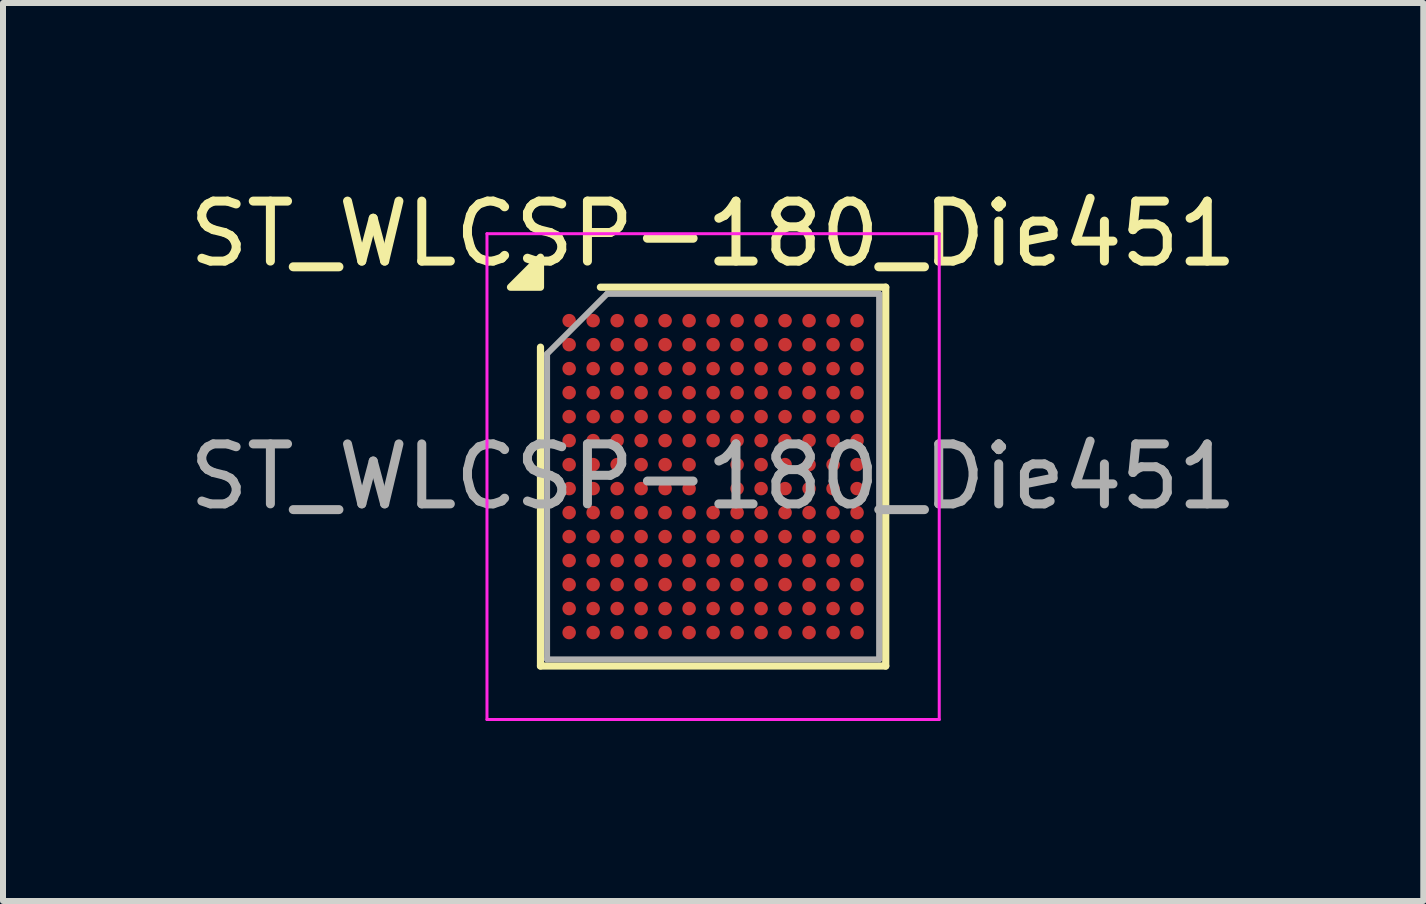
<source format=kicad_pcb>
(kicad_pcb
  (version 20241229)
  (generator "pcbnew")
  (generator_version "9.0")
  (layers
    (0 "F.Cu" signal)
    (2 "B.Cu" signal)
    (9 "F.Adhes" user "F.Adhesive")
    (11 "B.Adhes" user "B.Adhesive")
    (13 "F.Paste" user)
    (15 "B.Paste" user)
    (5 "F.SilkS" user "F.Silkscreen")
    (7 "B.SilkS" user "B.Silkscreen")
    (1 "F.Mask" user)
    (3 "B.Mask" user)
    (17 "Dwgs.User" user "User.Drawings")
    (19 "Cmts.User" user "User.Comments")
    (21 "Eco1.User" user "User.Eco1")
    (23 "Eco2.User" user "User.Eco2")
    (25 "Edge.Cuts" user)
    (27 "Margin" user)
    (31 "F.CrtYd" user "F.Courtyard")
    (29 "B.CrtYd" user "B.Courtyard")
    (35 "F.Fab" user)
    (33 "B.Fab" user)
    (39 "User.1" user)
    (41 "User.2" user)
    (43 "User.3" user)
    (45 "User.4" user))
  (footprint "ST_WLCSP-180_Die451"
    (layer "F.Cu")
    (at 8.839 4.896)
    (property "Reference" "ST_WLCSP-180_Die451" (at 0 -4.048 0) (layer "F.SilkS") (effects (font (size 1 1) (thickness 0.15))))
    (attr smd)
    (fp_line (start -2.878 3.158) (end -2.878 -2.158) (stroke (width 0.12) (type solid)) (layer "F.SilkS"))
    (fp_line (start -1.879 -3.158) (end 2.878 -3.158) (stroke (width 0.12) (type solid)) (layer "F.SilkS"))
    (fp_line (start 2.878 -3.158) (end 2.878 3.158) (stroke (width 0.12) (type solid)) (layer "F.SilkS"))
    (fp_line (start 2.878 3.158) (end -2.878 3.158) (stroke (width 0.12) (type solid)) (layer "F.SilkS"))
    (fp_poly (pts (xy -2.878 -3.158) (xy -3.378 -3.158) (xy -2.878 -3.658) (xy -2.878 -3.158)) (stroke (width 0.12) (type solid)) (fill yes) (layer "F.SilkS"))
    (fp_line (start -3.77 -4.05) (end -3.77 4.05) (stroke (width 0.05) (type solid)) (layer "F.CrtYd"))
    (fp_line (start -3.77 4.05) (end 3.77 4.05) (stroke (width 0.05) (type solid)) (layer "F.CrtYd"))
    (fp_line (start 3.77 -4.05) (end -3.77 -4.05) (stroke (width 0.05) (type solid)) (layer "F.CrtYd"))
    (fp_line (start 3.77 4.05) (end 3.77 -4.05) (stroke (width 0.05) (type solid)) (layer "F.CrtYd"))
    (fp_line (start -2.768 -2.047) (end -1.768 -3.047) (stroke (width 0.1) (type solid)) (layer "F.Fab"))
    (fp_line (start -2.768 3.047) (end -2.768 -2.047) (stroke (width 0.1) (type solid)) (layer "F.Fab"))
    (fp_line (start -1.768 -3.047) (end 2.768 -3.047) (stroke (width 0.1) (type solid)) (layer "F.Fab"))
    (fp_line (start 2.768 -3.047) (end 2.768 3.047) (stroke (width 0.1) (type solid)) (layer "F.Fab"))
    (fp_line (start 2.768 3.047) (end -2.768 3.047) (stroke (width 0.1) (type solid)) (layer "F.Fab"))
    (fp_text user "${REFERENCE}" (at 0 0 0) (layer "F.Fab") (effects (font (size 1 1) (thickness 0.15))))
    (pad "A1" smd circle (at -2.4 -2.6) (size 0.225 0.225) (property pad_prop_bga) (layers "F.Cu" "F.Mask" "F.Paste"))
    (pad "A2" smd circle (at -2 -2.6) (size 0.225 0.225) (property pad_prop_bga) (layers "F.Cu" "F.Mask" "F.Paste"))
    (pad "A3" smd circle (at -1.6 -2.6) (size 0.225 0.225) (property pad_prop_bga) (layers "F.Cu" "F.Mask" "F.Paste"))
    (pad "A4" smd circle (at -1.2 -2.6) (size 0.225 0.225) (property pad_prop_bga) (layers "F.Cu" "F.Mask" "F.Paste"))
    (pad "A5" smd circle (at -0.8 -2.6) (size 0.225 0.225) (property pad_prop_bga) (layers "F.Cu" "F.Mask" "F.Paste"))
    (pad "A6" smd circle (at -0.4 -2.6) (size 0.225 0.225) (property pad_prop_bga) (layers "F.Cu" "F.Mask" "F.Paste"))
    (pad "A7" smd circle (at 0 -2.6) (size 0.225 0.225) (property pad_prop_bga) (layers "F.Cu" "F.Mask" "F.Paste"))
    (pad "A8" smd circle (at 0.4 -2.6) (size 0.225 0.225) (property pad_prop_bga) (layers "F.Cu" "F.Mask" "F.Paste"))
    (pad "A9" smd circle (at 0.8 -2.6) (size 0.225 0.225) (property pad_prop_bga) (layers "F.Cu" "F.Mask" "F.Paste"))
    (pad "A10" smd circle (at 1.2 -2.6) (size 0.225 0.225) (property pad_prop_bga) (layers "F.Cu" "F.Mask" "F.Paste"))
    (pad "A11" smd circle (at 1.6 -2.6) (size 0.225 0.225) (property pad_prop_bga) (layers "F.Cu" "F.Mask" "F.Paste"))
    (pad "A12" smd circle (at 2 -2.6) (size 0.225 0.225) (property pad_prop_bga) (layers "F.Cu" "F.Mask" "F.Paste"))
    (pad "A13" smd circle (at 2.4 -2.6) (size 0.225 0.225) (property pad_prop_bga) (layers "F.Cu" "F.Mask" "F.Paste"))
    (pad "B1" smd circle (at -2.4 -2.2) (size 0.225 0.225) (property pad_prop_bga) (layers "F.Cu" "F.Mask" "F.Paste"))
    (pad "B2" smd circle (at -2 -2.2) (size 0.225 0.225) (property pad_prop_bga) (layers "F.Cu" "F.Mask" "F.Paste"))
    (pad "B3" smd circle (at -1.6 -2.2) (size 0.225 0.225) (property pad_prop_bga) (layers "F.Cu" "F.Mask" "F.Paste"))
    (pad "B4" smd circle (at -1.2 -2.2) (size 0.225 0.225) (property pad_prop_bga) (layers "F.Cu" "F.Mask" "F.Paste"))
    (pad "B5" smd circle (at -0.8 -2.2) (size 0.225 0.225) (property pad_prop_bga) (layers "F.Cu" "F.Mask" "F.Paste"))
    (pad "B6" smd circle (at -0.4 -2.2) (size 0.225 0.225) (property pad_prop_bga) (layers "F.Cu" "F.Mask" "F.Paste"))
    (pad "B7" smd circle (at 0 -2.2) (size 0.225 0.225) (property pad_prop_bga) (layers "F.Cu" "F.Mask" "F.Paste"))
    (pad "B8" smd circle (at 0.4 -2.2) (size 0.225 0.225) (property pad_prop_bga) (layers "F.Cu" "F.Mask" "F.Paste"))
    (pad "B9" smd circle (at 0.8 -2.2) (size 0.225 0.225) (property pad_prop_bga) (layers "F.Cu" "F.Mask" "F.Paste"))
    (pad "B10" smd circle (at 1.2 -2.2) (size 0.225 0.225) (property pad_prop_bga) (layers "F.Cu" "F.Mask" "F.Paste"))
    (pad "B11" smd circle (at 1.6 -2.2) (size 0.225 0.225) (property pad_prop_bga) (layers "F.Cu" "F.Mask" "F.Paste"))
    (pad "B12" smd circle (at 2 -2.2) (size 0.225 0.225) (property pad_prop_bga) (layers "F.Cu" "F.Mask" "F.Paste"))
    (pad "B13" smd circle (at 2.4 -2.2) (size 0.225 0.225) (property pad_prop_bga) (layers "F.Cu" "F.Mask" "F.Paste"))
    (pad "C1" smd circle (at -2.4 -1.8) (size 0.225 0.225) (property pad_prop_bga) (layers "F.Cu" "F.Mask" "F.Paste"))
    (pad "C2" smd circle (at -2 -1.8) (size 0.225 0.225) (property pad_prop_bga) (layers "F.Cu" "F.Mask" "F.Paste"))
    (pad "C3" smd circle (at -1.6 -1.8) (size 0.225 0.225) (property pad_prop_bga) (layers "F.Cu" "F.Mask" "F.Paste"))
    (pad "C4" smd circle (at -1.2 -1.8) (size 0.225 0.225) (property pad_prop_bga) (layers "F.Cu" "F.Mask" "F.Paste"))
    (pad "C5" smd circle (at -0.8 -1.8) (size 0.225 0.225) (property pad_prop_bga) (layers "F.Cu" "F.Mask" "F.Paste"))
    (pad "C6" smd circle (at -0.4 -1.8) (size 0.225 0.225) (property pad_prop_bga) (layers "F.Cu" "F.Mask" "F.Paste"))
    (pad "C7" smd circle (at 0 -1.8) (size 0.225 0.225) (property pad_prop_bga) (layers "F.Cu" "F.Mask" "F.Paste"))
    (pad "C8" smd circle (at 0.4 -1.8) (size 0.225 0.225) (property pad_prop_bga) (layers "F.Cu" "F.Mask" "F.Paste"))
    (pad "C9" smd circle (at 0.8 -1.8) (size 0.225 0.225) (property pad_prop_bga) (layers "F.Cu" "F.Mask" "F.Paste"))
    (pad "C10" smd circle (at 1.2 -1.8) (size 0.225 0.225) (property pad_prop_bga) (layers "F.Cu" "F.Mask" "F.Paste"))
    (pad "C11" smd circle (at 1.6 -1.8) (size 0.225 0.225) (property pad_prop_bga) (layers "F.Cu" "F.Mask" "F.Paste"))
    (pad "C12" smd circle (at 2 -1.8) (size 0.225 0.225) (property pad_prop_bga) (layers "F.Cu" "F.Mask" "F.Paste"))
    (pad "C13" smd circle (at 2.4 -1.8) (size 0.225 0.225) (property pad_prop_bga) (layers "F.Cu" "F.Mask" "F.Paste"))
    (pad "D1" smd circle (at -2.4 -1.4) (size 0.225 0.225) (property pad_prop_bga) (layers "F.Cu" "F.Mask" "F.Paste"))
    (pad "D2" smd circle (at -2 -1.4) (size 0.225 0.225) (property pad_prop_bga) (layers "F.Cu" "F.Mask" "F.Paste"))
    (pad "D3" smd circle (at -1.6 -1.4) (size 0.225 0.225) (property pad_prop_bga) (layers "F.Cu" "F.Mask" "F.Paste"))
    (pad "D4" smd circle (at -1.2 -1.4) (size 0.225 0.225) (property pad_prop_bga) (layers "F.Cu" "F.Mask" "F.Paste"))
    (pad "D5" smd circle (at -0.8 -1.4) (size 0.225 0.225) (property pad_prop_bga) (layers "F.Cu" "F.Mask" "F.Paste"))
    (pad "D6" smd circle (at -0.4 -1.4) (size 0.225 0.225) (property pad_prop_bga) (layers "F.Cu" "F.Mask" "F.Paste"))
    (pad "D7" smd circle (at 0 -1.4) (size 0.225 0.225) (property pad_prop_bga) (layers "F.Cu" "F.Mask" "F.Paste"))
    (pad "D8" smd circle (at 0.4 -1.4) (size 0.225 0.225) (property pad_prop_bga) (layers "F.Cu" "F.Mask" "F.Paste"))
    (pad "D9" smd circle (at 0.8 -1.4) (size 0.225 0.225) (property pad_prop_bga) (layers "F.Cu" "F.Mask" "F.Paste"))
    (pad "D10" smd circle (at 1.2 -1.4) (size 0.225 0.225) (property pad_prop_bga) (layers "F.Cu" "F.Mask" "F.Paste"))
    (pad "D11" smd circle (at 1.6 -1.4) (size 0.225 0.225) (property pad_prop_bga) (layers "F.Cu" "F.Mask" "F.Paste"))
    (pad "D12" smd circle (at 2 -1.4) (size 0.225 0.225) (property pad_prop_bga) (layers "F.Cu" "F.Mask" "F.Paste"))
    (pad "D13" smd circle (at 2.4 -1.4) (size 0.225 0.225) (property pad_prop_bga) (layers "F.Cu" "F.Mask" "F.Paste"))
    (pad "E1" smd circle (at -2.4 -1) (size 0.225 0.225) (property pad_prop_bga) (layers "F.Cu" "F.Mask" "F.Paste"))
    (pad "E2" smd circle (at -2 -1) (size 0.225 0.225) (property pad_prop_bga) (layers "F.Cu" "F.Mask" "F.Paste"))
    (pad "E3" smd circle (at -1.6 -1) (size 0.225 0.225) (property pad_prop_bga) (layers "F.Cu" "F.Mask" "F.Paste"))
    (pad "E4" smd circle (at -1.2 -1) (size 0.225 0.225) (property pad_prop_bga) (layers "F.Cu" "F.Mask" "F.Paste"))
    (pad "E5" smd circle (at -0.8 -1) (size 0.225 0.225) (property pad_prop_bga) (layers "F.Cu" "F.Mask" "F.Paste"))
    (pad "E6" smd circle (at -0.4 -1) (size 0.225 0.225) (property pad_prop_bga) (layers "F.Cu" "F.Mask" "F.Paste"))
    (pad "E7" smd circle (at 0 -1) (size 0.225 0.225) (property pad_prop_bga) (layers "F.Cu" "F.Mask" "F.Paste"))
    (pad "E8" smd circle (at 0.4 -1) (size 0.225 0.225) (property pad_prop_bga) (layers "F.Cu" "F.Mask" "F.Paste"))
    (pad "E9" smd circle (at 0.8 -1) (size 0.225 0.225) (property pad_prop_bga) (layers "F.Cu" "F.Mask" "F.Paste"))
    (pad "E10" smd circle (at 1.2 -1) (size 0.225 0.225) (property pad_prop_bga) (layers "F.Cu" "F.Mask" "F.Paste"))
    (pad "E11" smd circle (at 1.6 -1) (size 0.225 0.225) (property pad_prop_bga) (layers "F.Cu" "F.Mask" "F.Paste"))
    (pad "E12" smd circle (at 2 -1) (size 0.225 0.225) (property pad_prop_bga) (layers "F.Cu" "F.Mask" "F.Paste"))
    (pad "E13" smd circle (at 2.4 -1) (size 0.225 0.225) (property pad_prop_bga) (layers "F.Cu" "F.Mask" "F.Paste"))
    (pad "F1" smd circle (at -2.4 -0.6) (size 0.225 0.225) (property pad_prop_bga) (layers "F.Cu" "F.Mask" "F.Paste"))
    (pad "F2" smd circle (at -2 -0.6) (size 0.225 0.225) (property pad_prop_bga) (layers "F.Cu" "F.Mask" "F.Paste"))
    (pad "F3" smd circle (at -1.6 -0.6) (size 0.225 0.225) (property pad_prop_bga) (layers "F.Cu" "F.Mask" "F.Paste"))
    (pad "F4" smd circle (at -1.2 -0.6) (size 0.225 0.225) (property pad_prop_bga) (layers "F.Cu" "F.Mask" "F.Paste"))
    (pad "F5" smd circle (at -0.8 -0.6) (size 0.225 0.225) (property pad_prop_bga) (layers "F.Cu" "F.Mask" "F.Paste"))
    (pad "F6" smd circle (at -0.4 -0.6) (size 0.225 0.225) (property pad_prop_bga) (layers "F.Cu" "F.Mask" "F.Paste"))
    (pad "F7" smd circle (at 0 -0.6) (size 0.225 0.225) (property pad_prop_bga) (layers "F.Cu" "F.Mask" "F.Paste"))
    (pad "F8" smd circle (at 0.4 -0.6) (size 0.225 0.225) (property pad_prop_bga) (layers "F.Cu" "F.Mask" "F.Paste"))
    (pad "F9" smd circle (at 0.8 -0.6) (size 0.225 0.225) (property pad_prop_bga) (layers "F.Cu" "F.Mask" "F.Paste"))
    (pad "F10" smd circle (at 1.2 -0.6) (size 0.225 0.225) (property pad_prop_bga) (layers "F.Cu" "F.Mask" "F.Paste"))
    (pad "F11" smd circle (at 1.6 -0.6) (size 0.225 0.225) (property pad_prop_bga) (layers "F.Cu" "F.Mask" "F.Paste"))
    (pad "F12" smd circle (at 2 -0.6) (size 0.225 0.225) (property pad_prop_bga) (layers "F.Cu" "F.Mask" "F.Paste"))
    (pad "F13" smd circle (at 2.4 -0.6) (size 0.225 0.225) (property pad_prop_bga) (layers "F.Cu" "F.Mask" "F.Paste"))
    (pad "G1" smd circle (at -2.4 -0.2) (size 0.225 0.225) (property pad_prop_bga) (layers "F.Cu" "F.Mask" "F.Paste"))
    (pad "G2" smd circle (at -2 -0.2) (size 0.225 0.225) (property pad_prop_bga) (layers "F.Cu" "F.Mask" "F.Paste"))
    (pad "G3" smd circle (at -1.6 -0.2) (size 0.225 0.225) (property pad_prop_bga) (layers "F.Cu" "F.Mask" "F.Paste"))
    (pad "G4" smd circle (at -1.2 -0.2) (size 0.225 0.225) (property pad_prop_bga) (layers "F.Cu" "F.Mask" "F.Paste"))
    (pad "G5" smd circle (at -0.8 -0.2) (size 0.225 0.225) (property pad_prop_bga) (layers "F.Cu" "F.Mask" "F.Paste"))
    (pad "G6" smd circle (at -0.4 -0.2) (size 0.225 0.225) (property pad_prop_bga) (layers "F.Cu" "F.Mask" "F.Paste"))
    (pad "G8" smd circle (at 0.4 -0.2) (size 0.225 0.225) (property pad_prop_bga) (layers "F.Cu" "F.Mask" "F.Paste"))
    (pad "G9" smd circle (at 0.8 -0.2) (size 0.225 0.225) (property pad_prop_bga) (layers "F.Cu" "F.Mask" "F.Paste"))
    (pad "G10" smd circle (at 1.2 -0.2) (size 0.225 0.225) (property pad_prop_bga) (layers "F.Cu" "F.Mask" "F.Paste"))
    (pad "G11" smd circle (at 1.6 -0.2) (size 0.225 0.225) (property pad_prop_bga) (layers "F.Cu" "F.Mask" "F.Paste"))
    (pad "G12" smd circle (at 2 -0.2) (size 0.225 0.225) (property pad_prop_bga) (layers "F.Cu" "F.Mask" "F.Paste"))
    (pad "G13" smd circle (at 2.4 -0.2) (size 0.225 0.225) (property pad_prop_bga) (layers "F.Cu" "F.Mask" "F.Paste"))
    (pad "H1" smd circle (at -2.4 0.2) (size 0.225 0.225) (property pad_prop_bga) (layers "F.Cu" "F.Mask" "F.Paste"))
    (pad "H2" smd circle (at -2 0.2) (size 0.225 0.225) (property pad_prop_bga) (layers "F.Cu" "F.Mask" "F.Paste"))
    (pad "H3" smd circle (at -1.6 0.2) (size 0.225 0.225) (property pad_prop_bga) (layers "F.Cu" "F.Mask" "F.Paste"))
    (pad "H4" smd circle (at -1.2 0.2) (size 0.225 0.225) (property pad_prop_bga) (layers "F.Cu" "F.Mask" "F.Paste"))
    (pad "H5" smd circle (at -0.8 0.2) (size 0.225 0.225) (property pad_prop_bga) (layers "F.Cu" "F.Mask" "F.Paste"))
    (pad "H6" smd circle (at -0.4 0.2) (size 0.225 0.225) (property pad_prop_bga) (layers "F.Cu" "F.Mask" "F.Paste"))
    (pad "H8" smd circle (at 0.4 0.2) (size 0.225 0.225) (property pad_prop_bga) (layers "F.Cu" "F.Mask" "F.Paste"))
    (pad "H9" smd circle (at 0.8 0.2) (size 0.225 0.225) (property pad_prop_bga) (layers "F.Cu" "F.Mask" "F.Paste"))
    (pad "H10" smd circle (at 1.2 0.2) (size 0.225 0.225) (property pad_prop_bga) (layers "F.Cu" "F.Mask" "F.Paste"))
    (pad "H11" smd circle (at 1.6 0.2) (size 0.225 0.225) (property pad_prop_bga) (layers "F.Cu" "F.Mask" "F.Paste"))
    (pad "H12" smd circle (at 2 0.2) (size 0.225 0.225) (property pad_prop_bga) (layers "F.Cu" "F.Mask" "F.Paste"))
    (pad "H13" smd circle (at 2.4 0.2) (size 0.225 0.225) (property pad_prop_bga) (layers "F.Cu" "F.Mask" "F.Paste"))
    (pad "J1" smd circle (at -2.4 0.6) (size 0.225 0.225) (property pad_prop_bga) (layers "F.Cu" "F.Mask" "F.Paste"))
    (pad "J2" smd circle (at -2 0.6) (size 0.225 0.225) (property pad_prop_bga) (layers "F.Cu" "F.Mask" "F.Paste"))
    (pad "J3" smd circle (at -1.6 0.6) (size 0.225 0.225) (property pad_prop_bga) (layers "F.Cu" "F.Mask" "F.Paste"))
    (pad "J4" smd circle (at -1.2 0.6) (size 0.225 0.225) (property pad_prop_bga) (layers "F.Cu" "F.Mask" "F.Paste"))
    (pad "J5" smd circle (at -0.8 0.6) (size 0.225 0.225) (property pad_prop_bga) (layers "F.Cu" "F.Mask" "F.Paste"))
    (pad "J6" smd circle (at -0.4 0.6) (size 0.225 0.225) (property pad_prop_bga) (layers "F.Cu" "F.Mask" "F.Paste"))
    (pad "J7" smd circle (at 0 0.6) (size 0.225 0.225) (property pad_prop_bga) (layers "F.Cu" "F.Mask" "F.Paste"))
    (pad "J8" smd circle (at 0.4 0.6) (size 0.225 0.225) (property pad_prop_bga) (layers "F.Cu" "F.Mask" "F.Paste"))
    (pad "J9" smd circle (at 0.8 0.6) (size 0.225 0.225) (property pad_prop_bga) (layers "F.Cu" "F.Mask" "F.Paste"))
    (pad "J10" smd circle (at 1.2 0.6) (size 0.225 0.225) (property pad_prop_bga) (layers "F.Cu" "F.Mask" "F.Paste"))
    (pad "J11" smd circle (at 1.6 0.6) (size 0.225 0.225) (property pad_prop_bga) (layers "F.Cu" "F.Mask" "F.Paste"))
    (pad "J12" smd circle (at 2 0.6) (size 0.225 0.225) (property pad_prop_bga) (layers "F.Cu" "F.Mask" "F.Paste"))
    (pad "J13" smd circle (at 2.4 0.6) (size 0.225 0.225) (property pad_prop_bga) (layers "F.Cu" "F.Mask" "F.Paste"))
    (pad "K1" smd circle (at -2.4 1) (size 0.225 0.225) (property pad_prop_bga) (layers "F.Cu" "F.Mask" "F.Paste"))
    (pad "K2" smd circle (at -2 1) (size 0.225 0.225) (property pad_prop_bga) (layers "F.Cu" "F.Mask" "F.Paste"))
    (pad "K3" smd circle (at -1.6 1) (size 0.225 0.225) (property pad_prop_bga) (layers "F.Cu" "F.Mask" "F.Paste"))
    (pad "K4" smd circle (at -1.2 1) (size 0.225 0.225) (property pad_prop_bga) (layers "F.Cu" "F.Mask" "F.Paste"))
    (pad "K5" smd circle (at -0.8 1) (size 0.225 0.225) (property pad_prop_bga) (layers "F.Cu" "F.Mask" "F.Paste"))
    (pad "K6" smd circle (at -0.4 1) (size 0.225 0.225) (property pad_prop_bga) (layers "F.Cu" "F.Mask" "F.Paste"))
    (pad "K7" smd circle (at 0 1) (size 0.225 0.225) (property pad_prop_bga) (layers "F.Cu" "F.Mask" "F.Paste"))
    (pad "K8" smd circle (at 0.4 1) (size 0.225 0.225) (property pad_prop_bga) (layers "F.Cu" "F.Mask" "F.Paste"))
    (pad "K9" smd circle (at 0.8 1) (size 0.225 0.225) (property pad_prop_bga) (layers "F.Cu" "F.Mask" "F.Paste"))
    (pad "K10" smd circle (at 1.2 1) (size 0.225 0.225) (property pad_prop_bga) (layers "F.Cu" "F.Mask" "F.Paste"))
    (pad "K11" smd circle (at 1.6 1) (size 0.225 0.225) (property pad_prop_bga) (layers "F.Cu" "F.Mask" "F.Paste"))
    (pad "K12" smd circle (at 2 1) (size 0.225 0.225) (property pad_prop_bga) (layers "F.Cu" "F.Mask" "F.Paste"))
    (pad "K13" smd circle (at 2.4 1) (size 0.225 0.225) (property pad_prop_bga) (layers "F.Cu" "F.Mask" "F.Paste"))
    (pad "L1" smd circle (at -2.4 1.4) (size 0.225 0.225) (property pad_prop_bga) (layers "F.Cu" "F.Mask" "F.Paste"))
    (pad "L2" smd circle (at -2 1.4) (size 0.225 0.225) (property pad_prop_bga) (layers "F.Cu" "F.Mask" "F.Paste"))
    (pad "L3" smd circle (at -1.6 1.4) (size 0.225 0.225) (property pad_prop_bga) (layers "F.Cu" "F.Mask" "F.Paste"))
    (pad "L4" smd circle (at -1.2 1.4) (size 0.225 0.225) (property pad_prop_bga) (layers "F.Cu" "F.Mask" "F.Paste"))
    (pad "L5" smd circle (at -0.8 1.4) (size 0.225 0.225) (property pad_prop_bga) (layers "F.Cu" "F.Mask" "F.Paste"))
    (pad "L6" smd circle (at -0.4 1.4) (size 0.225 0.225) (property pad_prop_bga) (layers "F.Cu" "F.Mask" "F.Paste"))
    (pad "L7" smd circle (at 0 1.4) (size 0.225 0.225) (property pad_prop_bga) (layers "F.Cu" "F.Mask" "F.Paste"))
    (pad "L8" smd circle (at 0.4 1.4) (size 0.225 0.225) (property pad_prop_bga) (layers "F.Cu" "F.Mask" "F.Paste"))
    (pad "L9" smd circle (at 0.8 1.4) (size 0.225 0.225) (property pad_prop_bga) (layers "F.Cu" "F.Mask" "F.Paste"))
    (pad "L10" smd circle (at 1.2 1.4) (size 0.225 0.225) (property pad_prop_bga) (layers "F.Cu" "F.Mask" "F.Paste"))
    (pad "L11" smd circle (at 1.6 1.4) (size 0.225 0.225) (property pad_prop_bga) (layers "F.Cu" "F.Mask" "F.Paste"))
    (pad "L12" smd circle (at 2 1.4) (size 0.225 0.225) (property pad_prop_bga) (layers "F.Cu" "F.Mask" "F.Paste"))
    (pad "L13" smd circle (at 2.4 1.4) (size 0.225 0.225) (property pad_prop_bga) (layers "F.Cu" "F.Mask" "F.Paste"))
    (pad "M1" smd circle (at -2.4 1.8) (size 0.225 0.225) (property pad_prop_bga) (layers "F.Cu" "F.Mask" "F.Paste"))
    (pad "M2" smd circle (at -2 1.8) (size 0.225 0.225) (property pad_prop_bga) (layers "F.Cu" "F.Mask" "F.Paste"))
    (pad "M3" smd circle (at -1.6 1.8) (size 0.225 0.225) (property pad_prop_bga) (layers "F.Cu" "F.Mask" "F.Paste"))
    (pad "M4" smd circle (at -1.2 1.8) (size 0.225 0.225) (property pad_prop_bga) (layers "F.Cu" "F.Mask" "F.Paste"))
    (pad "M5" smd circle (at -0.8 1.8) (size 0.225 0.225) (property pad_prop_bga) (layers "F.Cu" "F.Mask" "F.Paste"))
    (pad "M6" smd circle (at -0.4 1.8) (size 0.225 0.225) (property pad_prop_bga) (layers "F.Cu" "F.Mask" "F.Paste"))
    (pad "M7" smd circle (at 0 1.8) (size 0.225 0.225) (property pad_prop_bga) (layers "F.Cu" "F.Mask" "F.Paste"))
    (pad "M8" smd circle (at 0.4 1.8) (size 0.225 0.225) (property pad_prop_bga) (layers "F.Cu" "F.Mask" "F.Paste"))
    (pad "M9" smd circle (at 0.8 1.8) (size 0.225 0.225) (property pad_prop_bga) (layers "F.Cu" "F.Mask" "F.Paste"))
    (pad "M10" smd circle (at 1.2 1.8) (size 0.225 0.225) (property pad_prop_bga) (layers "F.Cu" "F.Mask" "F.Paste"))
    (pad "M11" smd circle (at 1.6 1.8) (size 0.225 0.225) (property pad_prop_bga) (layers "F.Cu" "F.Mask" "F.Paste"))
    (pad "M12" smd circle (at 2 1.8) (size 0.225 0.225) (property pad_prop_bga) (layers "F.Cu" "F.Mask" "F.Paste"))
    (pad "M13" smd circle (at 2.4 1.8) (size 0.225 0.225) (property pad_prop_bga) (layers "F.Cu" "F.Mask" "F.Paste"))
    (pad "N1" smd circle (at -2.4 2.2) (size 0.225 0.225) (property pad_prop_bga) (layers "F.Cu" "F.Mask" "F.Paste"))
    (pad "N2" smd circle (at -2 2.2) (size 0.225 0.225) (property pad_prop_bga) (layers "F.Cu" "F.Mask" "F.Paste"))
    (pad "N3" smd circle (at -1.6 2.2) (size 0.225 0.225) (property pad_prop_bga) (layers "F.Cu" "F.Mask" "F.Paste"))
    (pad "N4" smd circle (at -1.2 2.2) (size 0.225 0.225) (property pad_prop_bga) (layers "F.Cu" "F.Mask" "F.Paste"))
    (pad "N5" smd circle (at -0.8 2.2) (size 0.225 0.225) (property pad_prop_bga) (layers "F.Cu" "F.Mask" "F.Paste"))
    (pad "N6" smd circle (at -0.4 2.2) (size 0.225 0.225) (property pad_prop_bga) (layers "F.Cu" "F.Mask" "F.Paste"))
    (pad "N7" smd circle (at 0 2.2) (size 0.225 0.225) (property pad_prop_bga) (layers "F.Cu" "F.Mask" "F.Paste"))
    (pad "N8" smd circle (at 0.4 2.2) (size 0.225 0.225) (property pad_prop_bga) (layers "F.Cu" "F.Mask" "F.Paste"))
    (pad "N9" smd circle (at 0.8 2.2) (size 0.225 0.225) (property pad_prop_bga) (layers "F.Cu" "F.Mask" "F.Paste"))
    (pad "N10" smd circle (at 1.2 2.2) (size 0.225 0.225) (property pad_prop_bga) (layers "F.Cu" "F.Mask" "F.Paste"))
    (pad "N11" smd circle (at 1.6 2.2) (size 0.225 0.225) (property pad_prop_bga) (layers "F.Cu" "F.Mask" "F.Paste"))
    (pad "N12" smd circle (at 2 2.2) (size 0.225 0.225) (property pad_prop_bga) (layers "F.Cu" "F.Mask" "F.Paste"))
    (pad "N13" smd circle (at 2.4 2.2) (size 0.225 0.225) (property pad_prop_bga) (layers "F.Cu" "F.Mask" "F.Paste"))
    (pad "P1" smd circle (at -2.4 2.6) (size 0.225 0.225) (property pad_prop_bga) (layers "F.Cu" "F.Mask" "F.Paste"))
    (pad "P2" smd circle (at -2 2.6) (size 0.225 0.225) (property pad_prop_bga) (layers "F.Cu" "F.Mask" "F.Paste"))
    (pad "P3" smd circle (at -1.6 2.6) (size 0.225 0.225) (property pad_prop_bga) (layers "F.Cu" "F.Mask" "F.Paste"))
    (pad "P4" smd circle (at -1.2 2.6) (size 0.225 0.225) (property pad_prop_bga) (layers "F.Cu" "F.Mask" "F.Paste"))
    (pad "P5" smd circle (at -0.8 2.6) (size 0.225 0.225) (property pad_prop_bga) (layers "F.Cu" "F.Mask" "F.Paste"))
    (pad "P6" smd circle (at -0.4 2.6) (size 0.225 0.225) (property pad_prop_bga) (layers "F.Cu" "F.Mask" "F.Paste"))
    (pad "P7" smd circle (at 0 2.6) (size 0.225 0.225) (property pad_prop_bga) (layers "F.Cu" "F.Mask" "F.Paste"))
    (pad "P8" smd circle (at 0.4 2.6) (size 0.225 0.225) (property pad_prop_bga) (layers "F.Cu" "F.Mask" "F.Paste"))
    (pad "P9" smd circle (at 0.8 2.6) (size 0.225 0.225) (property pad_prop_bga) (layers "F.Cu" "F.Mask" "F.Paste"))
    (pad "P10" smd circle (at 1.2 2.6) (size 0.225 0.225) (property pad_prop_bga) (layers "F.Cu" "F.Mask" "F.Paste"))
    (pad "P11" smd circle (at 1.6 2.6) (size 0.225 0.225) (property pad_prop_bga) (layers "F.Cu" "F.Mask" "F.Paste"))
    (pad "P12" smd circle (at 2 2.6) (size 0.225 0.225) (property pad_prop_bga) (layers "F.Cu" "F.Mask" "F.Paste"))
    (pad "P13" smd circle (at 2.4 2.6) (size 0.225 0.225) (property pad_prop_bga) (layers "F.Cu" "F.Mask" "F.Paste")))
  (gr_rect
    (start -3 -3)
    (end 20.679 11.971)
    (stroke (width 0.1) (type default))
    (fill no)
    (layer "Edge.Cuts")))
</source>
